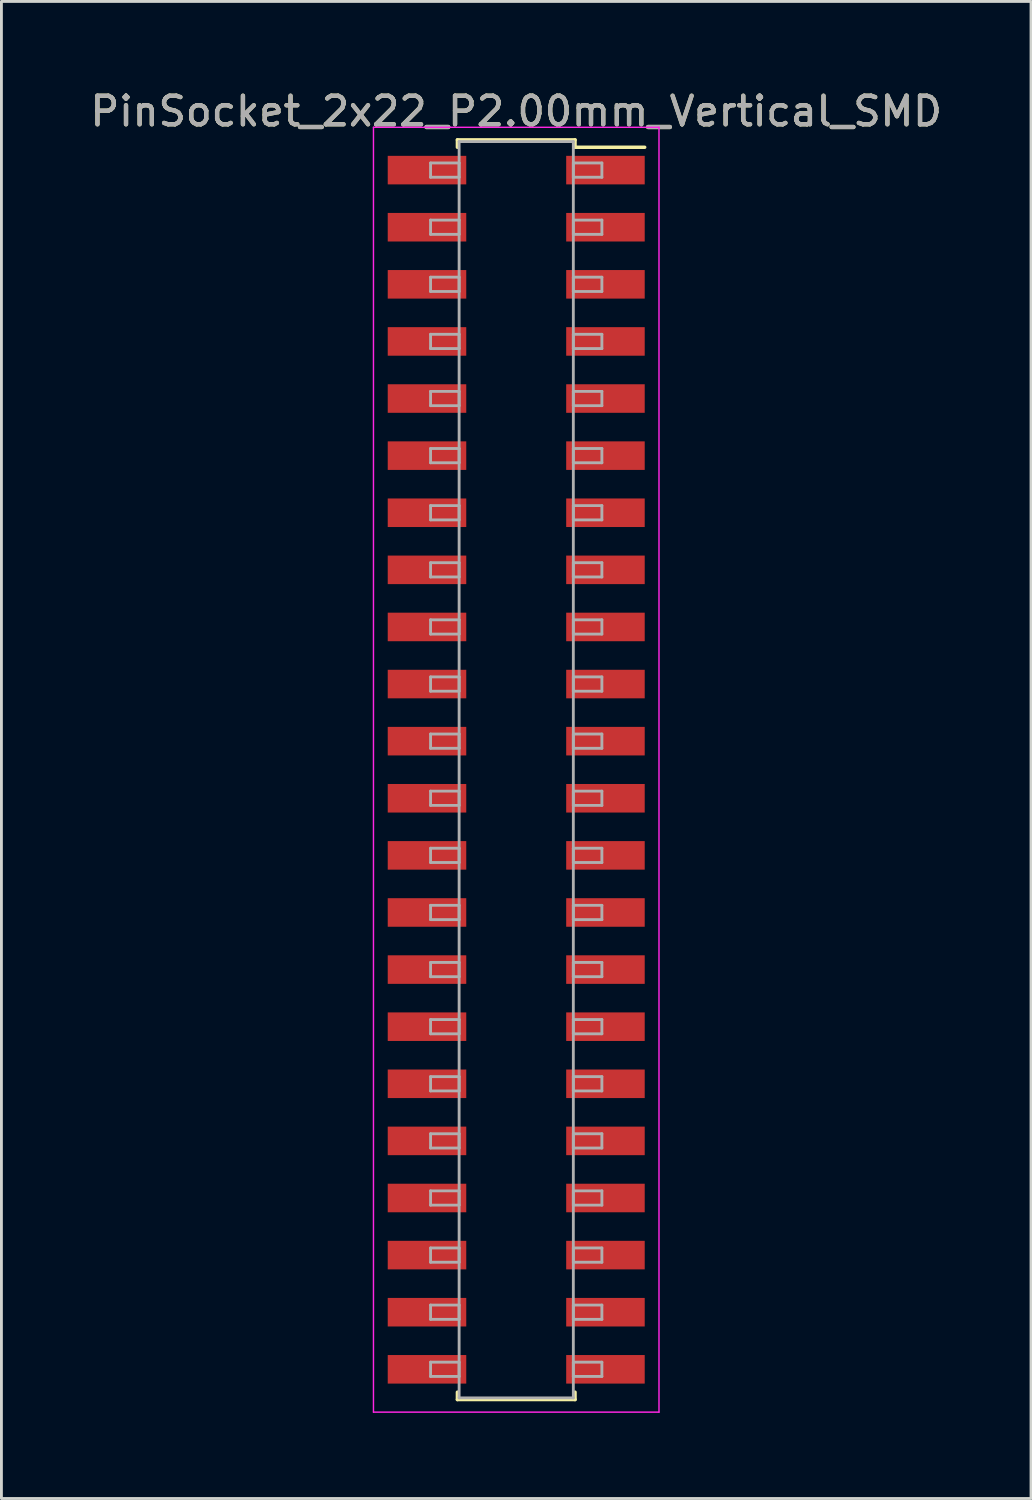
<source format=kicad_pcb>
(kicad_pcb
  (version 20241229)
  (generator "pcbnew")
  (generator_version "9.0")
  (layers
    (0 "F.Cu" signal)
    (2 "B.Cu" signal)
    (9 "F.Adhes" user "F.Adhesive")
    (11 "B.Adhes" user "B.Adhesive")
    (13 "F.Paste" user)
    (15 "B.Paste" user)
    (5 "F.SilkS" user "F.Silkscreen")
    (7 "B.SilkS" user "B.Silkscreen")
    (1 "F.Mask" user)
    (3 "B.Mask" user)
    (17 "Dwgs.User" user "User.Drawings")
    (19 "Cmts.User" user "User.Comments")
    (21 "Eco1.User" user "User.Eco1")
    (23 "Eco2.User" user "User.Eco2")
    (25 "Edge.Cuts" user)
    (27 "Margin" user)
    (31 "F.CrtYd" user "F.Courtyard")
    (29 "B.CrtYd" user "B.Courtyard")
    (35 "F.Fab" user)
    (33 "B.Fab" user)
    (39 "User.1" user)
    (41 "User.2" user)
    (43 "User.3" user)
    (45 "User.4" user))
  (footprint "PinSocket_2x22_P2.00mm_Vertical_SMD"
    (layer "F.Cu")
    (at 15.03 23.908)
    (property "Reference" "PinSocket_2x22_P2.00mm_Vertical_SMD" (at 0 -23.06 0) (layer "F.SilkS") (effects (font (size 1 1) (thickness 0.15))))
    (attr smd)
    (fp_line (start -2.06 -22.06) (end 2.06 -22.06) (stroke (width 0.12) (type solid)) (layer "F.SilkS"))
    (fp_line (start -2.06 -21.8) (end -2.06 -22.06) (stroke (width 0.12) (type solid)) (layer "F.SilkS"))
    (fp_line (start -2.06 21.8) (end -2.06 22.06) (stroke (width 0.12) (type solid)) (layer "F.SilkS"))
    (fp_line (start -2.06 22.06) (end 2.06 22.06) (stroke (width 0.12) (type solid)) (layer "F.SilkS"))
    (fp_line (start 2.06 -22.06) (end 2.06 -21.8) (stroke (width 0.12) (type solid)) (layer "F.SilkS"))
    (fp_line (start 2.06 22.06) (end 2.06 21.8) (stroke (width 0.12) (type solid)) (layer "F.SilkS"))
    (fp_line (start 4.5 -21.8) (end 2.06 -21.8) (stroke (width 0.12) (type solid)) (layer "F.SilkS"))
    (fp_line (start -5 -22.5) (end -5 22.5) (stroke (width 0.05) (type solid)) (layer "F.CrtYd"))
    (fp_line (start -5 22.5) (end 5 22.5) (stroke (width 0.05) (type solid)) (layer "F.CrtYd"))
    (fp_line (start 5 -22.5) (end -5 -22.5) (stroke (width 0.05) (type solid)) (layer "F.CrtYd"))
    (fp_line (start 5 22.5) (end 5 -22.5) (stroke (width 0.05) (type solid)) (layer "F.CrtYd"))
    (fp_line (start -3 -21.25) (end -2 -21.25) (stroke (width 0.1) (type solid)) (layer "F.Fab"))
    (fp_line (start -3 -20.75) (end -3 -21.25) (stroke (width 0.1) (type solid)) (layer "F.Fab"))
    (fp_line (start -3 -19.25) (end -2 -19.25) (stroke (width 0.1) (type solid)) (layer "F.Fab"))
    (fp_line (start -3 -18.75) (end -3 -19.25) (stroke (width 0.1) (type solid)) (layer "F.Fab"))
    (fp_line (start -3 -17.25) (end -2 -17.25) (stroke (width 0.1) (type solid)) (layer "F.Fab"))
    (fp_line (start -3 -16.75) (end -3 -17.25) (stroke (width 0.1) (type solid)) (layer "F.Fab"))
    (fp_line (start -3 -15.25) (end -2 -15.25) (stroke (width 0.1) (type solid)) (layer "F.Fab"))
    (fp_line (start -3 -14.75) (end -3 -15.25) (stroke (width 0.1) (type solid)) (layer "F.Fab"))
    (fp_line (start -3 -13.25) (end -2 -13.25) (stroke (width 0.1) (type solid)) (layer "F.Fab"))
    (fp_line (start -3 -12.75) (end -3 -13.25) (stroke (width 0.1) (type solid)) (layer "F.Fab"))
    (fp_line (start -3 -11.25) (end -2 -11.25) (stroke (width 0.1) (type solid)) (layer "F.Fab"))
    (fp_line (start -3 -10.75) (end -3 -11.25) (stroke (width 0.1) (type solid)) (layer "F.Fab"))
    (fp_line (start -3 -9.25) (end -2 -9.25) (stroke (width 0.1) (type solid)) (layer "F.Fab"))
    (fp_line (start -3 -8.75) (end -3 -9.25) (stroke (width 0.1) (type solid)) (layer "F.Fab"))
    (fp_line (start -3 -7.25) (end -2 -7.25) (stroke (width 0.1) (type solid)) (layer "F.Fab"))
    (fp_line (start -3 -6.75) (end -3 -7.25) (stroke (width 0.1) (type solid)) (layer "F.Fab"))
    (fp_line (start -3 -5.25) (end -2 -5.25) (stroke (width 0.1) (type solid)) (layer "F.Fab"))
    (fp_line (start -3 -4.75) (end -3 -5.25) (stroke (width 0.1) (type solid)) (layer "F.Fab"))
    (fp_line (start -3 -3.25) (end -2 -3.25) (stroke (width 0.1) (type solid)) (layer "F.Fab"))
    (fp_line (start -3 -2.75) (end -3 -3.25) (stroke (width 0.1) (type solid)) (layer "F.Fab"))
    (fp_line (start -3 -1.25) (end -2 -1.25) (stroke (width 0.1) (type solid)) (layer "F.Fab"))
    (fp_line (start -3 -0.75) (end -3 -1.25) (stroke (width 0.1) (type solid)) (layer "F.Fab"))
    (fp_line (start -3 0.75) (end -2 0.75) (stroke (width 0.1) (type solid)) (layer "F.Fab"))
    (fp_line (start -3 1.25) (end -3 0.75) (stroke (width 0.1) (type solid)) (layer "F.Fab"))
    (fp_line (start -3 2.75) (end -2 2.75) (stroke (width 0.1) (type solid)) (layer "F.Fab"))
    (fp_line (start -3 3.25) (end -3 2.75) (stroke (width 0.1) (type solid)) (layer "F.Fab"))
    (fp_line (start -3 4.75) (end -2 4.75) (stroke (width 0.1) (type solid)) (layer "F.Fab"))
    (fp_line (start -3 5.25) (end -3 4.75) (stroke (width 0.1) (type solid)) (layer "F.Fab"))
    (fp_line (start -3 6.75) (end -2 6.75) (stroke (width 0.1) (type solid)) (layer "F.Fab"))
    (fp_line (start -3 7.25) (end -3 6.75) (stroke (width 0.1) (type solid)) (layer "F.Fab"))
    (fp_line (start -3 8.75) (end -2 8.75) (stroke (width 0.1) (type solid)) (layer "F.Fab"))
    (fp_line (start -3 9.25) (end -3 8.75) (stroke (width 0.1) (type solid)) (layer "F.Fab"))
    (fp_line (start -3 10.75) (end -2 10.75) (stroke (width 0.1) (type solid)) (layer "F.Fab"))
    (fp_line (start -3 11.25) (end -3 10.75) (stroke (width 0.1) (type solid)) (layer "F.Fab"))
    (fp_line (start -3 12.75) (end -2 12.75) (stroke (width 0.1) (type solid)) (layer "F.Fab"))
    (fp_line (start -3 13.25) (end -3 12.75) (stroke (width 0.1) (type solid)) (layer "F.Fab"))
    (fp_line (start -3 14.75) (end -2 14.75) (stroke (width 0.1) (type solid)) (layer "F.Fab"))
    (fp_line (start -3 15.25) (end -3 14.75) (stroke (width 0.1) (type solid)) (layer "F.Fab"))
    (fp_line (start -3 16.75) (end -2 16.75) (stroke (width 0.1) (type solid)) (layer "F.Fab"))
    (fp_line (start -3 17.25) (end -3 16.75) (stroke (width 0.1) (type solid)) (layer "F.Fab"))
    (fp_line (start -3 18.75) (end -2 18.75) (stroke (width 0.1) (type solid)) (layer "F.Fab"))
    (fp_line (start -3 19.25) (end -3 18.75) (stroke (width 0.1) (type solid)) (layer "F.Fab"))
    (fp_line (start -3 20.75) (end -2 20.75) (stroke (width 0.1) (type solid)) (layer "F.Fab"))
    (fp_line (start -3 21.25) (end -3 20.75) (stroke (width 0.1) (type solid)) (layer "F.Fab"))
    (fp_line (start -2 -22) (end -2 22) (stroke (width 0.1) (type solid)) (layer "F.Fab"))
    (fp_line (start -2 -21.25) (end -2 -20.75) (stroke (width 0.1) (type solid)) (layer "F.Fab"))
    (fp_line (start -2 -20.75) (end -3 -20.75) (stroke (width 0.1) (type solid)) (layer "F.Fab"))
    (fp_line (start -2 -19.25) (end -2 -18.75) (stroke (width 0.1) (type solid)) (layer "F.Fab"))
    (fp_line (start -2 -18.75) (end -3 -18.75) (stroke (width 0.1) (type solid)) (layer "F.Fab"))
    (fp_line (start -2 -17.25) (end -2 -16.75) (stroke (width 0.1) (type solid)) (layer "F.Fab"))
    (fp_line (start -2 -16.75) (end -3 -16.75) (stroke (width 0.1) (type solid)) (layer "F.Fab"))
    (fp_line (start -2 -15.25) (end -2 -14.75) (stroke (width 0.1) (type solid)) (layer "F.Fab"))
    (fp_line (start -2 -14.75) (end -3 -14.75) (stroke (width 0.1) (type solid)) (layer "F.Fab"))
    (fp_line (start -2 -13.25) (end -2 -12.75) (stroke (width 0.1) (type solid)) (layer "F.Fab"))
    (fp_line (start -2 -12.75) (end -3 -12.75) (stroke (width 0.1) (type solid)) (layer "F.Fab"))
    (fp_line (start -2 -11.25) (end -2 -10.75) (stroke (width 0.1) (type solid)) (layer "F.Fab"))
    (fp_line (start -2 -10.75) (end -3 -10.75) (stroke (width 0.1) (type solid)) (layer "F.Fab"))
    (fp_line (start -2 -9.25) (end -2 -8.75) (stroke (width 0.1) (type solid)) (layer "F.Fab"))
    (fp_line (start -2 -8.75) (end -3 -8.75) (stroke (width 0.1) (type solid)) (layer "F.Fab"))
    (fp_line (start -2 -7.25) (end -2 -6.75) (stroke (width 0.1) (type solid)) (layer "F.Fab"))
    (fp_line (start -2 -6.75) (end -3 -6.75) (stroke (width 0.1) (type solid)) (layer "F.Fab"))
    (fp_line (start -2 -5.25) (end -2 -4.75) (stroke (width 0.1) (type solid)) (layer "F.Fab"))
    (fp_line (start -2 -4.75) (end -3 -4.75) (stroke (width 0.1) (type solid)) (layer "F.Fab"))
    (fp_line (start -2 -3.25) (end -2 -2.75) (stroke (width 0.1) (type solid)) (layer "F.Fab"))
    (fp_line (start -2 -2.75) (end -3 -2.75) (stroke (width 0.1) (type solid)) (layer "F.Fab"))
    (fp_line (start -2 -1.25) (end -2 -0.75) (stroke (width 0.1) (type solid)) (layer "F.Fab"))
    (fp_line (start -2 -0.75) (end -3 -0.75) (stroke (width 0.1) (type solid)) (layer "F.Fab"))
    (fp_line (start -2 0.75) (end -2 1.25) (stroke (width 0.1) (type solid)) (layer "F.Fab"))
    (fp_line (start -2 1.25) (end -3 1.25) (stroke (width 0.1) (type solid)) (layer "F.Fab"))
    (fp_line (start -2 2.75) (end -2 3.25) (stroke (width 0.1) (type solid)) (layer "F.Fab"))
    (fp_line (start -2 3.25) (end -3 3.25) (stroke (width 0.1) (type solid)) (layer "F.Fab"))
    (fp_line (start -2 4.75) (end -2 5.25) (stroke (width 0.1) (type solid)) (layer "F.Fab"))
    (fp_line (start -2 5.25) (end -3 5.25) (stroke (width 0.1) (type solid)) (layer "F.Fab"))
    (fp_line (start -2 6.75) (end -2 7.25) (stroke (width 0.1) (type solid)) (layer "F.Fab"))
    (fp_line (start -2 7.25) (end -3 7.25) (stroke (width 0.1) (type solid)) (layer "F.Fab"))
    (fp_line (start -2 8.75) (end -2 9.25) (stroke (width 0.1) (type solid)) (layer "F.Fab"))
    (fp_line (start -2 9.25) (end -3 9.25) (stroke (width 0.1) (type solid)) (layer "F.Fab"))
    (fp_line (start -2 10.75) (end -2 11.25) (stroke (width 0.1) (type solid)) (layer "F.Fab"))
    (fp_line (start -2 11.25) (end -3 11.25) (stroke (width 0.1) (type solid)) (layer "F.Fab"))
    (fp_line (start -2 12.75) (end -2 13.25) (stroke (width 0.1) (type solid)) (layer "F.Fab"))
    (fp_line (start -2 13.25) (end -3 13.25) (stroke (width 0.1) (type solid)) (layer "F.Fab"))
    (fp_line (start -2 14.75) (end -2 15.25) (stroke (width 0.1) (type solid)) (layer "F.Fab"))
    (fp_line (start -2 15.25) (end -3 15.25) (stroke (width 0.1) (type solid)) (layer "F.Fab"))
    (fp_line (start -2 16.75) (end -2 17.25) (stroke (width 0.1) (type solid)) (layer "F.Fab"))
    (fp_line (start -2 17.25) (end -3 17.25) (stroke (width 0.1) (type solid)) (layer "F.Fab"))
    (fp_line (start -2 18.75) (end -2 19.25) (stroke (width 0.1) (type solid)) (layer "F.Fab"))
    (fp_line (start -2 19.25) (end -3 19.25) (stroke (width 0.1) (type solid)) (layer "F.Fab"))
    (fp_line (start -2 20.75) (end -2 21.25) (stroke (width 0.1) (type solid)) (layer "F.Fab"))
    (fp_line (start -2 21.25) (end -3 21.25) (stroke (width 0.1) (type solid)) (layer "F.Fab"))
    (fp_line (start -2 22) (end 2 22) (stroke (width 0.1) (type solid)) (layer "F.Fab"))
    (fp_line (start 2 -22) (end -2 -22) (stroke (width 0.1) (type solid)) (layer "F.Fab"))
    (fp_line (start 2 -21.25) (end 2 -20.75) (stroke (width 0.1) (type solid)) (layer "F.Fab"))
    (fp_line (start 2 -20.75) (end 3 -20.75) (stroke (width 0.1) (type solid)) (layer "F.Fab"))
    (fp_line (start 2 -19.25) (end 2 -18.75) (stroke (width 0.1) (type solid)) (layer "F.Fab"))
    (fp_line (start 2 -18.75) (end 3 -18.75) (stroke (width 0.1) (type solid)) (layer "F.Fab"))
    (fp_line (start 2 -17.25) (end 2 -16.75) (stroke (width 0.1) (type solid)) (layer "F.Fab"))
    (fp_line (start 2 -16.75) (end 3 -16.75) (stroke (width 0.1) (type solid)) (layer "F.Fab"))
    (fp_line (start 2 -15.25) (end 2 -14.75) (stroke (width 0.1) (type solid)) (layer "F.Fab"))
    (fp_line (start 2 -14.75) (end 3 -14.75) (stroke (width 0.1) (type solid)) (layer "F.Fab"))
    (fp_line (start 2 -13.25) (end 2 -12.75) (stroke (width 0.1) (type solid)) (layer "F.Fab"))
    (fp_line (start 2 -12.75) (end 3 -12.75) (stroke (width 0.1) (type solid)) (layer "F.Fab"))
    (fp_line (start 2 -11.25) (end 2 -10.75) (stroke (width 0.1) (type solid)) (layer "F.Fab"))
    (fp_line (start 2 -10.75) (end 3 -10.75) (stroke (width 0.1) (type solid)) (layer "F.Fab"))
    (fp_line (start 2 -9.25) (end 2 -8.75) (stroke (width 0.1) (type solid)) (layer "F.Fab"))
    (fp_line (start 2 -8.75) (end 3 -8.75) (stroke (width 0.1) (type solid)) (layer "F.Fab"))
    (fp_line (start 2 -7.25) (end 2 -6.75) (stroke (width 0.1) (type solid)) (layer "F.Fab"))
    (fp_line (start 2 -6.75) (end 3 -6.75) (stroke (width 0.1) (type solid)) (layer "F.Fab"))
    (fp_line (start 2 -5.25) (end 2 -4.75) (stroke (width 0.1) (type solid)) (layer "F.Fab"))
    (fp_line (start 2 -4.75) (end 3 -4.75) (stroke (width 0.1) (type solid)) (layer "F.Fab"))
    (fp_line (start 2 -3.25) (end 2 -2.75) (stroke (width 0.1) (type solid)) (layer "F.Fab"))
    (fp_line (start 2 -2.75) (end 3 -2.75) (stroke (width 0.1) (type solid)) (layer "F.Fab"))
    (fp_line (start 2 -1.25) (end 2 -0.75) (stroke (width 0.1) (type solid)) (layer "F.Fab"))
    (fp_line (start 2 -0.75) (end 3 -0.75) (stroke (width 0.1) (type solid)) (layer "F.Fab"))
    (fp_line (start 2 0.75) (end 2 1.25) (stroke (width 0.1) (type solid)) (layer "F.Fab"))
    (fp_line (start 2 1.25) (end 3 1.25) (stroke (width 0.1) (type solid)) (layer "F.Fab"))
    (fp_line (start 2 2.75) (end 2 3.25) (stroke (width 0.1) (type solid)) (layer "F.Fab"))
    (fp_line (start 2 3.25) (end 3 3.25) (stroke (width 0.1) (type solid)) (layer "F.Fab"))
    (fp_line (start 2 4.75) (end 2 5.25) (stroke (width 0.1) (type solid)) (layer "F.Fab"))
    (fp_line (start 2 5.25) (end 3 5.25) (stroke (width 0.1) (type solid)) (layer "F.Fab"))
    (fp_line (start 2 6.75) (end 2 7.25) (stroke (width 0.1) (type solid)) (layer "F.Fab"))
    (fp_line (start 2 7.25) (end 3 7.25) (stroke (width 0.1) (type solid)) (layer "F.Fab"))
    (fp_line (start 2 8.75) (end 2 9.25) (stroke (width 0.1) (type solid)) (layer "F.Fab"))
    (fp_line (start 2 9.25) (end 3 9.25) (stroke (width 0.1) (type solid)) (layer "F.Fab"))
    (fp_line (start 2 10.75) (end 2 11.25) (stroke (width 0.1) (type solid)) (layer "F.Fab"))
    (fp_line (start 2 11.25) (end 3 11.25) (stroke (width 0.1) (type solid)) (layer "F.Fab"))
    (fp_line (start 2 12.75) (end 2 13.25) (stroke (width 0.1) (type solid)) (layer "F.Fab"))
    (fp_line (start 2 13.25) (end 3 13.25) (stroke (width 0.1) (type solid)) (layer "F.Fab"))
    (fp_line (start 2 14.75) (end 2 15.25) (stroke (width 0.1) (type solid)) (layer "F.Fab"))
    (fp_line (start 2 15.25) (end 3 15.25) (stroke (width 0.1) (type solid)) (layer "F.Fab"))
    (fp_line (start 2 16.75) (end 2 17.25) (stroke (width 0.1) (type solid)) (layer "F.Fab"))
    (fp_line (start 2 17.25) (end 3 17.25) (stroke (width 0.1) (type solid)) (layer "F.Fab"))
    (fp_line (start 2 18.75) (end 2 19.25) (stroke (width 0.1) (type solid)) (layer "F.Fab"))
    (fp_line (start 2 19.25) (end 3 19.25) (stroke (width 0.1) (type solid)) (layer "F.Fab"))
    (fp_line (start 2 20.75) (end 2 21.25) (stroke (width 0.1) (type solid)) (layer "F.Fab"))
    (fp_line (start 2 21.25) (end 3 21.25) (stroke (width 0.1) (type solid)) (layer "F.Fab"))
    (fp_line (start 2 22) (end 2 -22) (stroke (width 0.1) (type solid)) (layer "F.Fab"))
    (fp_line (start 3 -21.25) (end 2 -21.25) (stroke (width 0.1) (type solid)) (layer "F.Fab"))
    (fp_line (start 3 -20.75) (end 3 -21.25) (stroke (width 0.1) (type solid)) (layer "F.Fab"))
    (fp_line (start 3 -19.25) (end 2 -19.25) (stroke (width 0.1) (type solid)) (layer "F.Fab"))
    (fp_line (start 3 -18.75) (end 3 -19.25) (stroke (width 0.1) (type solid)) (layer "F.Fab"))
    (fp_line (start 3 -17.25) (end 2 -17.25) (stroke (width 0.1) (type solid)) (layer "F.Fab"))
    (fp_line (start 3 -16.75) (end 3 -17.25) (stroke (width 0.1) (type solid)) (layer "F.Fab"))
    (fp_line (start 3 -15.25) (end 2 -15.25) (stroke (width 0.1) (type solid)) (layer "F.Fab"))
    (fp_line (start 3 -14.75) (end 3 -15.25) (stroke (width 0.1) (type solid)) (layer "F.Fab"))
    (fp_line (start 3 -13.25) (end 2 -13.25) (stroke (width 0.1) (type solid)) (layer "F.Fab"))
    (fp_line (start 3 -12.75) (end 3 -13.25) (stroke (width 0.1) (type solid)) (layer "F.Fab"))
    (fp_line (start 3 -11.25) (end 2 -11.25) (stroke (width 0.1) (type solid)) (layer "F.Fab"))
    (fp_line (start 3 -10.75) (end 3 -11.25) (stroke (width 0.1) (type solid)) (layer "F.Fab"))
    (fp_line (start 3 -9.25) (end 2 -9.25) (stroke (width 0.1) (type solid)) (layer "F.Fab"))
    (fp_line (start 3 -8.75) (end 3 -9.25) (stroke (width 0.1) (type solid)) (layer "F.Fab"))
    (fp_line (start 3 -7.25) (end 2 -7.25) (stroke (width 0.1) (type solid)) (layer "F.Fab"))
    (fp_line (start 3 -6.75) (end 3 -7.25) (stroke (width 0.1) (type solid)) (layer "F.Fab"))
    (fp_line (start 3 -5.25) (end 2 -5.25) (stroke (width 0.1) (type solid)) (layer "F.Fab"))
    (fp_line (start 3 -4.75) (end 3 -5.25) (stroke (width 0.1) (type solid)) (layer "F.Fab"))
    (fp_line (start 3 -3.25) (end 2 -3.25) (stroke (width 0.1) (type solid)) (layer "F.Fab"))
    (fp_line (start 3 -2.75) (end 3 -3.25) (stroke (width 0.1) (type solid)) (layer "F.Fab"))
    (fp_line (start 3 -1.25) (end 2 -1.25) (stroke (width 0.1) (type solid)) (layer "F.Fab"))
    (fp_line (start 3 -0.75) (end 3 -1.25) (stroke (width 0.1) (type solid)) (layer "F.Fab"))
    (fp_line (start 3 0.75) (end 2 0.75) (stroke (width 0.1) (type solid)) (layer "F.Fab"))
    (fp_line (start 3 1.25) (end 3 0.75) (stroke (width 0.1) (type solid)) (layer "F.Fab"))
    (fp_line (start 3 2.75) (end 2 2.75) (stroke (width 0.1) (type solid)) (layer "F.Fab"))
    (fp_line (start 3 3.25) (end 3 2.75) (stroke (width 0.1) (type solid)) (layer "F.Fab"))
    (fp_line (start 3 4.75) (end 2 4.75) (stroke (width 0.1) (type solid)) (layer "F.Fab"))
    (fp_line (start 3 5.25) (end 3 4.75) (stroke (width 0.1) (type solid)) (layer "F.Fab"))
    (fp_line (start 3 6.75) (end 2 6.75) (stroke (width 0.1) (type solid)) (layer "F.Fab"))
    (fp_line (start 3 7.25) (end 3 6.75) (stroke (width 0.1) (type solid)) (layer "F.Fab"))
    (fp_line (start 3 8.75) (end 2 8.75) (stroke (width 0.1) (type solid)) (layer "F.Fab"))
    (fp_line (start 3 9.25) (end 3 8.75) (stroke (width 0.1) (type solid)) (layer "F.Fab"))
    (fp_line (start 3 10.75) (end 2 10.75) (stroke (width 0.1) (type solid)) (layer "F.Fab"))
    (fp_line (start 3 11.25) (end 3 10.75) (stroke (width 0.1) (type solid)) (layer "F.Fab"))
    (fp_line (start 3 12.75) (end 2 12.75) (stroke (width 0.1) (type solid)) (layer "F.Fab"))
    (fp_line (start 3 13.25) (end 3 12.75) (stroke (width 0.1) (type solid)) (layer "F.Fab"))
    (fp_line (start 3 14.75) (end 2 14.75) (stroke (width 0.1) (type solid)) (layer "F.Fab"))
    (fp_line (start 3 15.25) (end 3 14.75) (stroke (width 0.1) (type solid)) (layer "F.Fab"))
    (fp_line (start 3 16.75) (end 2 16.75) (stroke (width 0.1) (type solid)) (layer "F.Fab"))
    (fp_line (start 3 17.25) (end 3 16.75) (stroke (width 0.1) (type solid)) (layer "F.Fab"))
    (fp_line (start 3 18.75) (end 2 18.75) (stroke (width 0.1) (type solid)) (layer "F.Fab"))
    (fp_line (start 3 19.25) (end 3 18.75) (stroke (width 0.1) (type solid)) (layer "F.Fab"))
    (fp_line (start 3 20.75) (end 2 20.75) (stroke (width 0.1) (type solid)) (layer "F.Fab"))
    (fp_line (start 3 21.25) (end 3 20.75) (stroke (width 0.1) (type solid)) (layer "F.Fab"))
    (fp_text user "${REFERENCE}" (at 0 -23.06 0) (layer "F.Fab") (effects (font (size 1 1) (thickness 0.15))))
    (pad "1" smd rect (at 3.125 -21) (size 2.75 1) (layers "F.Cu" "F.Mask" "F.Paste"))
    (pad "2" smd rect (at -3.125 -21) (size 2.75 1) (layers "F.Cu" "F.Mask" "F.Paste"))
    (pad "3" smd rect (at 3.125 -19) (size 2.75 1) (layers "F.Cu" "F.Mask" "F.Paste"))
    (pad "4" smd rect (at -3.125 -19) (size 2.75 1) (layers "F.Cu" "F.Mask" "F.Paste"))
    (pad "5" smd rect (at 3.125 -17) (size 2.75 1) (layers "F.Cu" "F.Mask" "F.Paste"))
    (pad "6" smd rect (at -3.125 -17) (size 2.75 1) (layers "F.Cu" "F.Mask" "F.Paste"))
    (pad "7" smd rect (at 3.125 -15) (size 2.75 1) (layers "F.Cu" "F.Mask" "F.Paste"))
    (pad "8" smd rect (at -3.125 -15) (size 2.75 1) (layers "F.Cu" "F.Mask" "F.Paste"))
    (pad "9" smd rect (at 3.125 -13) (size 2.75 1) (layers "F.Cu" "F.Mask" "F.Paste"))
    (pad "10" smd rect (at -3.125 -13) (size 2.75 1) (layers "F.Cu" "F.Mask" "F.Paste"))
    (pad "11" smd rect (at 3.125 -11) (size 2.75 1) (layers "F.Cu" "F.Mask" "F.Paste"))
    (pad "12" smd rect (at -3.125 -11) (size 2.75 1) (layers "F.Cu" "F.Mask" "F.Paste"))
    (pad "13" smd rect (at 3.125 -9) (size 2.75 1) (layers "F.Cu" "F.Mask" "F.Paste"))
    (pad "14" smd rect (at -3.125 -9) (size 2.75 1) (layers "F.Cu" "F.Mask" "F.Paste"))
    (pad "15" smd rect (at 3.125 -7) (size 2.75 1) (layers "F.Cu" "F.Mask" "F.Paste"))
    (pad "16" smd rect (at -3.125 -7) (size 2.75 1) (layers "F.Cu" "F.Mask" "F.Paste"))
    (pad "17" smd rect (at 3.125 -5) (size 2.75 1) (layers "F.Cu" "F.Mask" "F.Paste"))
    (pad "18" smd rect (at -3.125 -5) (size 2.75 1) (layers "F.Cu" "F.Mask" "F.Paste"))
    (pad "19" smd rect (at 3.125 -3) (size 2.75 1) (layers "F.Cu" "F.Mask" "F.Paste"))
    (pad "20" smd rect (at -3.125 -3) (size 2.75 1) (layers "F.Cu" "F.Mask" "F.Paste"))
    (pad "21" smd rect (at 3.125 -1) (size 2.75 1) (layers "F.Cu" "F.Mask" "F.Paste"))
    (pad "22" smd rect (at -3.125 -1) (size 2.75 1) (layers "F.Cu" "F.Mask" "F.Paste"))
    (pad "23" smd rect (at 3.125 1) (size 2.75 1) (layers "F.Cu" "F.Mask" "F.Paste"))
    (pad "24" smd rect (at -3.125 1) (size 2.75 1) (layers "F.Cu" "F.Mask" "F.Paste"))
    (pad "25" smd rect (at 3.125 3) (size 2.75 1) (layers "F.Cu" "F.Mask" "F.Paste"))
    (pad "26" smd rect (at -3.125 3) (size 2.75 1) (layers "F.Cu" "F.Mask" "F.Paste"))
    (pad "27" smd rect (at 3.125 5) (size 2.75 1) (layers "F.Cu" "F.Mask" "F.Paste"))
    (pad "28" smd rect (at -3.125 5) (size 2.75 1) (layers "F.Cu" "F.Mask" "F.Paste"))
    (pad "29" smd rect (at 3.125 7) (size 2.75 1) (layers "F.Cu" "F.Mask" "F.Paste"))
    (pad "30" smd rect (at -3.125 7) (size 2.75 1) (layers "F.Cu" "F.Mask" "F.Paste"))
    (pad "31" smd rect (at 3.125 9) (size 2.75 1) (layers "F.Cu" "F.Mask" "F.Paste"))
    (pad "32" smd rect (at -3.125 9) (size 2.75 1) (layers "F.Cu" "F.Mask" "F.Paste"))
    (pad "33" smd rect (at 3.125 11) (size 2.75 1) (layers "F.Cu" "F.Mask" "F.Paste"))
    (pad "34" smd rect (at -3.125 11) (size 2.75 1) (layers "F.Cu" "F.Mask" "F.Paste"))
    (pad "35" smd rect (at 3.125 13) (size 2.75 1) (layers "F.Cu" "F.Mask" "F.Paste"))
    (pad "36" smd rect (at -3.125 13) (size 2.75 1) (layers "F.Cu" "F.Mask" "F.Paste"))
    (pad "37" smd rect (at 3.125 15) (size 2.75 1) (layers "F.Cu" "F.Mask" "F.Paste"))
    (pad "38" smd rect (at -3.125 15) (size 2.75 1) (layers "F.Cu" "F.Mask" "F.Paste"))
    (pad "39" smd rect (at 3.125 17) (size 2.75 1) (layers "F.Cu" "F.Mask" "F.Paste"))
    (pad "40" smd rect (at -3.125 17) (size 2.75 1) (layers "F.Cu" "F.Mask" "F.Paste"))
    (pad "41" smd rect (at 3.125 19) (size 2.75 1) (layers "F.Cu" "F.Mask" "F.Paste"))
    (pad "42" smd rect (at -3.125 19) (size 2.75 1) (layers "F.Cu" "F.Mask" "F.Paste"))
    (pad "43" smd rect (at 3.125 21) (size 2.75 1) (layers "F.Cu" "F.Mask" "F.Paste"))
    (pad "44" smd rect (at -3.125 21) (size 2.75 1) (layers "F.Cu" "F.Mask" "F.Paste")))
  (gr_rect
    (start -3 -3)
    (end 33.06 49.433)
    (stroke (width 0.1) (type default))
    (fill no)
    (layer "Edge.Cuts")))
</source>
